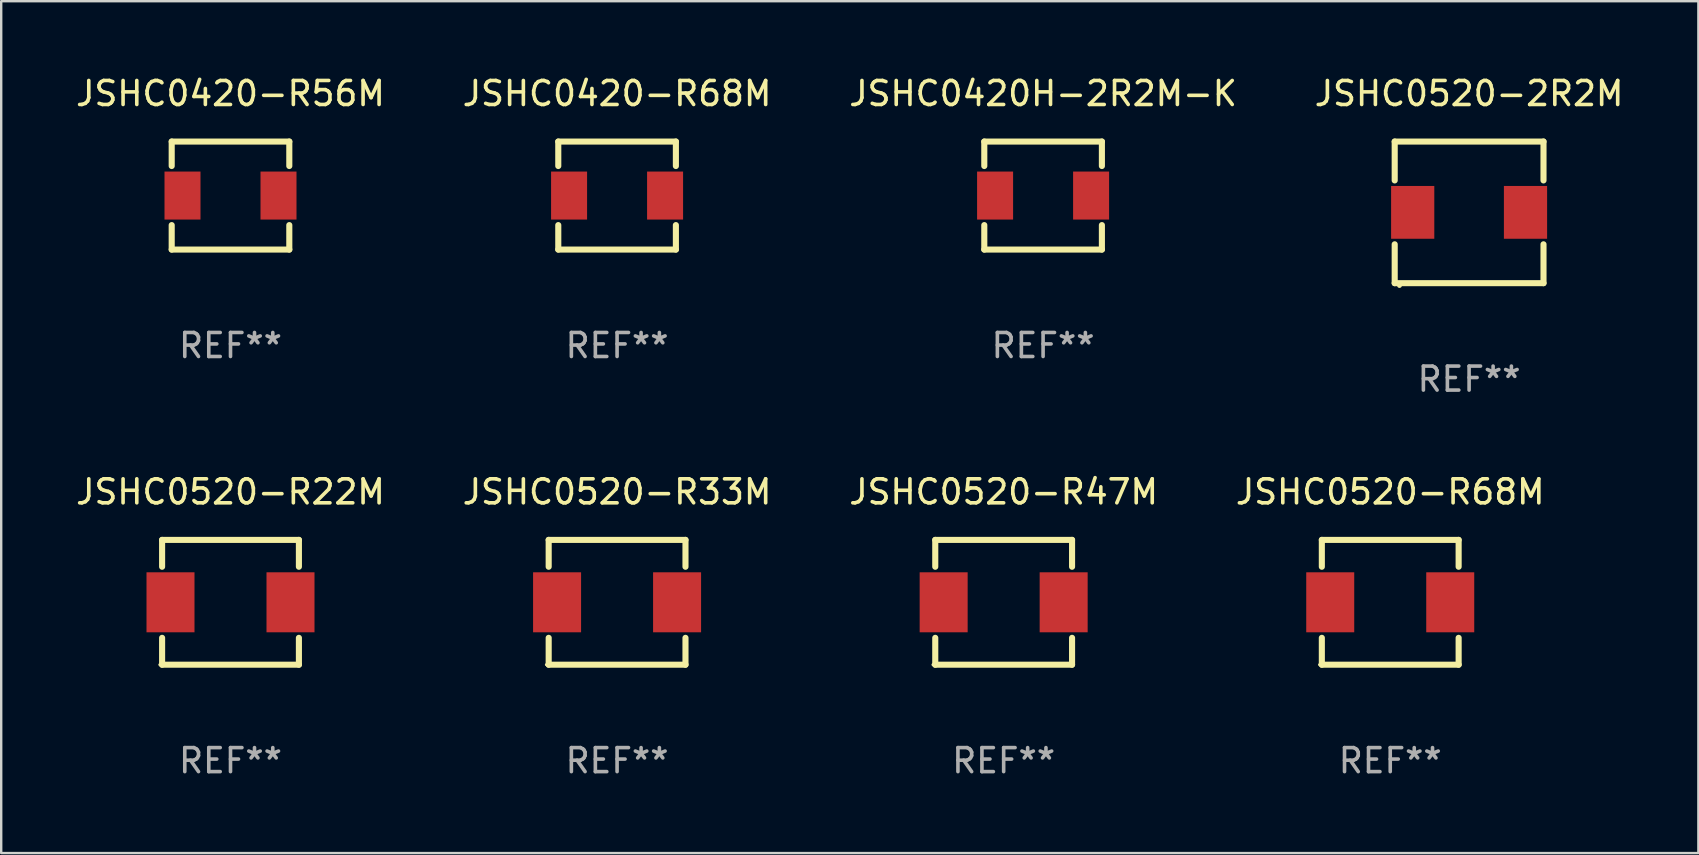
<source format=kicad_pcb>
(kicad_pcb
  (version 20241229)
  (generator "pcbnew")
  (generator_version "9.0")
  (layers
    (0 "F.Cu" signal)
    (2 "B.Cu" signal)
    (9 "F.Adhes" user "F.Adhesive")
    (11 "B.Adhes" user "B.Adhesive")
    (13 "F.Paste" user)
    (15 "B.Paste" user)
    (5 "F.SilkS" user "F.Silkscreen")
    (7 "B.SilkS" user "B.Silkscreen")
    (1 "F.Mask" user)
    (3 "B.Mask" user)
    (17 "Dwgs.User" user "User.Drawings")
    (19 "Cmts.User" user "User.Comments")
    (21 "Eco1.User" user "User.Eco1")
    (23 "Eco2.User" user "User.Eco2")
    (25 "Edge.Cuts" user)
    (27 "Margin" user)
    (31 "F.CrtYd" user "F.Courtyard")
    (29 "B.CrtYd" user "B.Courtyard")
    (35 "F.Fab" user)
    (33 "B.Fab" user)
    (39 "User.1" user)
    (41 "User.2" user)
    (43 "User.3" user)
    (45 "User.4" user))
  (footprint "JSHC0420-R56M"
    (layer "F.Cu")
    (at 6.554 5.098)
    (property "Reference" "JSHC0420-R56M" (at 0 -4.25 0) (layer "F.SilkS") (effects (font (size 1 1) (thickness 0.15))))
    (attr through_hole)
    (fp_line (start -2.45 -2.25) (end -2.45 -1.231) (stroke (width 0.254) (type solid)) (layer "F.SilkS"))
    (fp_line (start -2.45 -2.25) (end 2.45 -2.25) (stroke (width 0.254) (type solid)) (layer "F.SilkS"))
    (fp_line (start -2.45 1.231) (end -2.45 2.25) (stroke (width 0.254) (type solid)) (layer "F.SilkS"))
    (fp_line (start -2.45 2.25) (end 2.45 2.25) (stroke (width 0.254) (type solid)) (layer "F.SilkS"))
    (fp_line (start 2.45 -2.25) (end 2.45 -1.231) (stroke (width 0.254) (type solid)) (layer "F.SilkS"))
    (fp_line (start 2.45 1.231) (end 2.45 2.25) (stroke (width 0.254) (type solid)) (layer "F.SilkS"))
    (fp_circle (center -2.45 2.25) (end -2.42 2.25) (stroke (width 0.06) (type solid)) (fill no) (layer "F.SilkS"))
    (fp_text user "REF**" (at 0 6.25 0) (layer "F.Fab") (effects (font (size 1 1) (thickness 0.15))))
    (pad "1" smd rect (at -2 0 90) (size 2 1.5) (layers "F.Cu" "F.Mask" "F.Paste"))
    (pad "2" smd rect (at 2 0 90) (size 2 1.5) (layers "F.Cu" "F.Mask" "F.Paste")))
  (footprint "JSHC0520-R33M"
    (layer "F.Cu")
    (at 22.661 22.045)
    (property "Reference" "JSHC0520-R33M" (at 0 -4.6 0) (layer "F.SilkS") (effects (font (size 1 1) (thickness 0.15))))
    (attr through_hole)
    (fp_line (start -2.85 -2.6) (end -2.85 -1.481) (stroke (width 0.254) (type solid)) (layer "F.SilkS"))
    (fp_line (start -2.85 1.481) (end -2.85 2.6) (stroke (width 0.254) (type solid)) (layer "F.SilkS"))
    (fp_line (start -2.85 2.6) (end 2.85 2.6) (stroke (width 0.254) (type solid)) (layer "F.SilkS"))
    (fp_line (start 2.85 -2.6) (end -2.85 -2.6) (stroke (width 0.254) (type solid)) (layer "F.SilkS"))
    (fp_line (start 2.85 -1.481) (end 2.85 -2.6) (stroke (width 0.254) (type solid)) (layer "F.SilkS"))
    (fp_line (start 2.85 2.6) (end 2.85 1.481) (stroke (width 0.254) (type solid)) (layer "F.SilkS"))
    (fp_circle (center -2.95 2.6) (end -2.92 2.6) (stroke (width 0.06) (type solid)) (fill no) (layer "F.SilkS"))
    (fp_text user "REF**" (at 0 6.6 0) (layer "F.Fab") (effects (font (size 1 1) (thickness 0.15))))
    (pad "1" smd rect (at -2.5 0) (size 2 2.5) (layers "F.Cu" "F.Mask" "F.Paste"))
    (pad "2" smd rect (at 2.5 0) (size 2 2.5) (layers "F.Cu" "F.Mask" "F.Paste")))
  (footprint "JSHC0420-R68M"
    (layer "F.Cu")
    (at 22.661 5.098)
    (property "Reference" "JSHC0420-R68M" (at 0 -4.25 0) (layer "F.SilkS") (effects (font (size 1 1) (thickness 0.15))))
    (attr through_hole)
    (fp_line (start -2.45 -2.25) (end -2.45 -1.231) (stroke (width 0.254) (type solid)) (layer "F.SilkS"))
    (fp_line (start -2.45 -2.25) (end 2.45 -2.25) (stroke (width 0.254) (type solid)) (layer "F.SilkS"))
    (fp_line (start -2.45 1.231) (end -2.45 2.25) (stroke (width 0.254) (type solid)) (layer "F.SilkS"))
    (fp_line (start -2.45 2.25) (end 2.45 2.25) (stroke (width 0.254) (type solid)) (layer "F.SilkS"))
    (fp_line (start 2.45 -2.25) (end 2.45 -1.231) (stroke (width 0.254) (type solid)) (layer "F.SilkS"))
    (fp_line (start 2.45 1.231) (end 2.45 2.25) (stroke (width 0.254) (type solid)) (layer "F.SilkS"))
    (fp_circle (center -2.45 2.25) (end -2.42 2.25) (stroke (width 0.06) (type solid)) (fill no) (layer "F.SilkS"))
    (fp_text user "REF**" (at 0 6.25 0) (layer "F.Fab") (effects (font (size 1 1) (thickness 0.15))))
    (pad "1" smd rect (at -2 0 90) (size 2 1.5) (layers "F.Cu" "F.Mask" "F.Paste"))
    (pad "2" smd rect (at 2 0 90) (size 2 1.5) (layers "F.Cu" "F.Mask" "F.Paste")))
  (footprint "JSHC0420H-2R2M-K"
    (layer "F.Cu")
    (at 40.411 5.098)
    (property "Reference" "JSHC0420H-2R2M-K" (at 0 -4.25 0) (layer "F.SilkS") (effects (font (size 1 1) (thickness 0.15))))
    (attr through_hole)
    (fp_line (start -2.45 -2.25) (end -2.45 -1.231) (stroke (width 0.254) (type solid)) (layer "F.SilkS"))
    (fp_line (start -2.45 -2.25) (end 2.45 -2.25) (stroke (width 0.254) (type solid)) (layer "F.SilkS"))
    (fp_line (start -2.45 1.231) (end -2.45 2.25) (stroke (width 0.254) (type solid)) (layer "F.SilkS"))
    (fp_line (start -2.45 2.25) (end 2.45 2.25) (stroke (width 0.254) (type solid)) (layer "F.SilkS"))
    (fp_line (start 2.45 -2.25) (end 2.45 -1.231) (stroke (width 0.254) (type solid)) (layer "F.SilkS"))
    (fp_line (start 2.45 1.231) (end 2.45 2.25) (stroke (width 0.254) (type solid)) (layer "F.SilkS"))
    (fp_circle (center -2.45 2.25) (end -2.42 2.25) (stroke (width 0.06) (type solid)) (fill no) (layer "F.SilkS"))
    (fp_text user "REF**" (at 0 6.25 0) (layer "F.Fab") (effects (font (size 1 1) (thickness 0.15))))
    (pad "1" smd rect (at -2 0 90) (size 2 1.5) (layers "F.Cu" "F.Mask" "F.Paste"))
    (pad "2" smd rect (at 2 0 90) (size 2 1.5) (layers "F.Cu" "F.Mask" "F.Paste")))
  (footprint "JSHC0520-R47M"
    (layer "F.Cu")
    (at 38.768 22.045)
    (property "Reference" "JSHC0520-R47M" (at 0 -4.6 0) (layer "F.SilkS") (effects (font (size 1 1) (thickness 0.15))))
    (attr through_hole)
    (fp_line (start -2.85 -2.6) (end -2.85 -1.481) (stroke (width 0.254) (type solid)) (layer "F.SilkS"))
    (fp_line (start -2.85 1.481) (end -2.85 2.6) (stroke (width 0.254) (type solid)) (layer "F.SilkS"))
    (fp_line (start -2.85 2.6) (end 2.85 2.6) (stroke (width 0.254) (type solid)) (layer "F.SilkS"))
    (fp_line (start 2.85 -2.6) (end -2.85 -2.6) (stroke (width 0.254) (type solid)) (layer "F.SilkS"))
    (fp_line (start 2.85 -1.481) (end 2.85 -2.6) (stroke (width 0.254) (type solid)) (layer "F.SilkS"))
    (fp_line (start 2.85 2.6) (end 2.85 1.481) (stroke (width 0.254) (type solid)) (layer "F.SilkS"))
    (fp_circle (center -2.95 2.6) (end -2.92 2.6) (stroke (width 0.06) (type solid)) (fill no) (layer "F.SilkS"))
    (fp_text user "REF**" (at 0 6.6 0) (layer "F.Fab") (effects (font (size 1 1) (thickness 0.15))))
    (pad "1" smd rect (at -2.5 0) (size 2 2.5) (layers "F.Cu" "F.Mask" "F.Paste"))
    (pad "2" smd rect (at 2.5 0) (size 2 2.5) (layers "F.Cu" "F.Mask" "F.Paste")))
  (footprint "JSHC0520-R22M"
    (layer "F.Cu")
    (at 6.554 22.045)
    (property "Reference" "JSHC0520-R22M" (at 0 -4.6 0) (layer "F.SilkS") (effects (font (size 1 1) (thickness 0.15))))
    (attr through_hole)
    (fp_line (start -2.85 -2.6) (end -2.85 -1.481) (stroke (width 0.254) (type solid)) (layer "F.SilkS"))
    (fp_line (start -2.85 1.481) (end -2.85 2.6) (stroke (width 0.254) (type solid)) (layer "F.SilkS"))
    (fp_line (start -2.85 2.6) (end 2.85 2.6) (stroke (width 0.254) (type solid)) (layer "F.SilkS"))
    (fp_line (start 2.85 -2.6) (end -2.85 -2.6) (stroke (width 0.254) (type solid)) (layer "F.SilkS"))
    (fp_line (start 2.85 -1.481) (end 2.85 -2.6) (stroke (width 0.254) (type solid)) (layer "F.SilkS"))
    (fp_line (start 2.85 2.6) (end 2.85 1.481) (stroke (width 0.254) (type solid)) (layer "F.SilkS"))
    (fp_circle (center -2.95 2.6) (end -2.92 2.6) (stroke (width 0.06) (type solid)) (fill no) (layer "F.SilkS"))
    (fp_text user "REF**" (at 0 6.6 0) (layer "F.Fab") (effects (font (size 1 1) (thickness 0.15))))
    (pad "1" smd rect (at -2.5 0) (size 2 2.5) (layers "F.Cu" "F.Mask" "F.Paste"))
    (pad "2" smd rect (at 2.5 0) (size 2 2.5) (layers "F.Cu" "F.Mask" "F.Paste")))
  (footprint "JSHC0520-R68M"
    (layer "F.Cu")
    (at 54.875 22.045)
    (property "Reference" "JSHC0520-R68M" (at 0 -4.6 0) (layer "F.SilkS") (effects (font (size 1 1) (thickness 0.15))))
    (attr through_hole)
    (fp_line (start -2.85 -2.6) (end -2.85 -1.481) (stroke (width 0.254) (type solid)) (layer "F.SilkS"))
    (fp_line (start -2.85 1.481) (end -2.85 2.6) (stroke (width 0.254) (type solid)) (layer "F.SilkS"))
    (fp_line (start -2.85 2.6) (end 2.85 2.6) (stroke (width 0.254) (type solid)) (layer "F.SilkS"))
    (fp_line (start 2.85 -2.6) (end -2.85 -2.6) (stroke (width 0.254) (type solid)) (layer "F.SilkS"))
    (fp_line (start 2.85 -1.481) (end 2.85 -2.6) (stroke (width 0.254) (type solid)) (layer "F.SilkS"))
    (fp_line (start 2.85 2.6) (end 2.85 1.481) (stroke (width 0.254) (type solid)) (layer "F.SilkS"))
    (fp_circle (center -2.95 2.6) (end -2.92 2.6) (stroke (width 0.06) (type solid)) (fill no) (layer "F.SilkS"))
    (fp_text user "REF**" (at 0 6.6 0) (layer "F.Fab") (effects (font (size 1 1) (thickness 0.15))))
    (pad "1" smd rect (at -2.5 0) (size 2 2.5) (layers "F.Cu" "F.Mask" "F.Paste"))
    (pad "2" smd rect (at 2.5 0) (size 2 2.5) (layers "F.Cu" "F.Mask" "F.Paste")))
  (footprint "JSHC0520-2R2M"
    (layer "F.Cu")
    (at 58.161 5.798)
    (property "Reference" "JSHC0520-2R2M" (at 0 -4.95 0) (layer "F.SilkS") (effects (font (size 1 1) (thickness 0.15))))
    (attr through_hole)
    (fp_line (start -3.1 -2.95) (end 3.1 -2.95) (stroke (width 0.254) (type solid)) (layer "F.SilkS"))
    (fp_line (start -3.1 -1.331) (end -3.1 -2.95) (stroke (width 0.254) (type solid)) (layer "F.SilkS"))
    (fp_line (start -3.1 2.95) (end -3.1 1.331) (stroke (width 0.254) (type solid)) (layer "F.SilkS"))
    (fp_line (start 3.1 -1.331) (end 3.1 -2.95) (stroke (width 0.254) (type solid)) (layer "F.SilkS"))
    (fp_line (start 3.1 2.95) (end -3.1 2.95) (stroke (width 0.254) (type solid)) (layer "F.SilkS"))
    (fp_line (start 3.1 2.95) (end 3.1 1.331) (stroke (width 0.254) (type solid)) (layer "F.SilkS"))
    (fp_circle (center -2.9 3.05) (end -2.85 3.05) (stroke (width 0.1) (type solid)) (fill no) (layer "F.SilkS"))
    (fp_text user "REF**" (at 0 6.95 0) (layer "F.Fab") (effects (font (size 1 1) (thickness 0.15))))
    (pad "1" smd rect (at -2.35 0.000013) (size 1.8 2.2) (layers "F.Cu" "F.Mask" "F.Paste"))
    (pad "2" smd rect (at 2.35 0.000013) (size 1.8 2.2) (layers "F.Cu" "F.Mask" "F.Paste")))
  (gr_rect
    (start -3 -3)
    (end 67.714 32.493)
    (stroke (width 0.1) (type default))
    (fill no)
    (layer "Edge.Cuts")))
</source>
